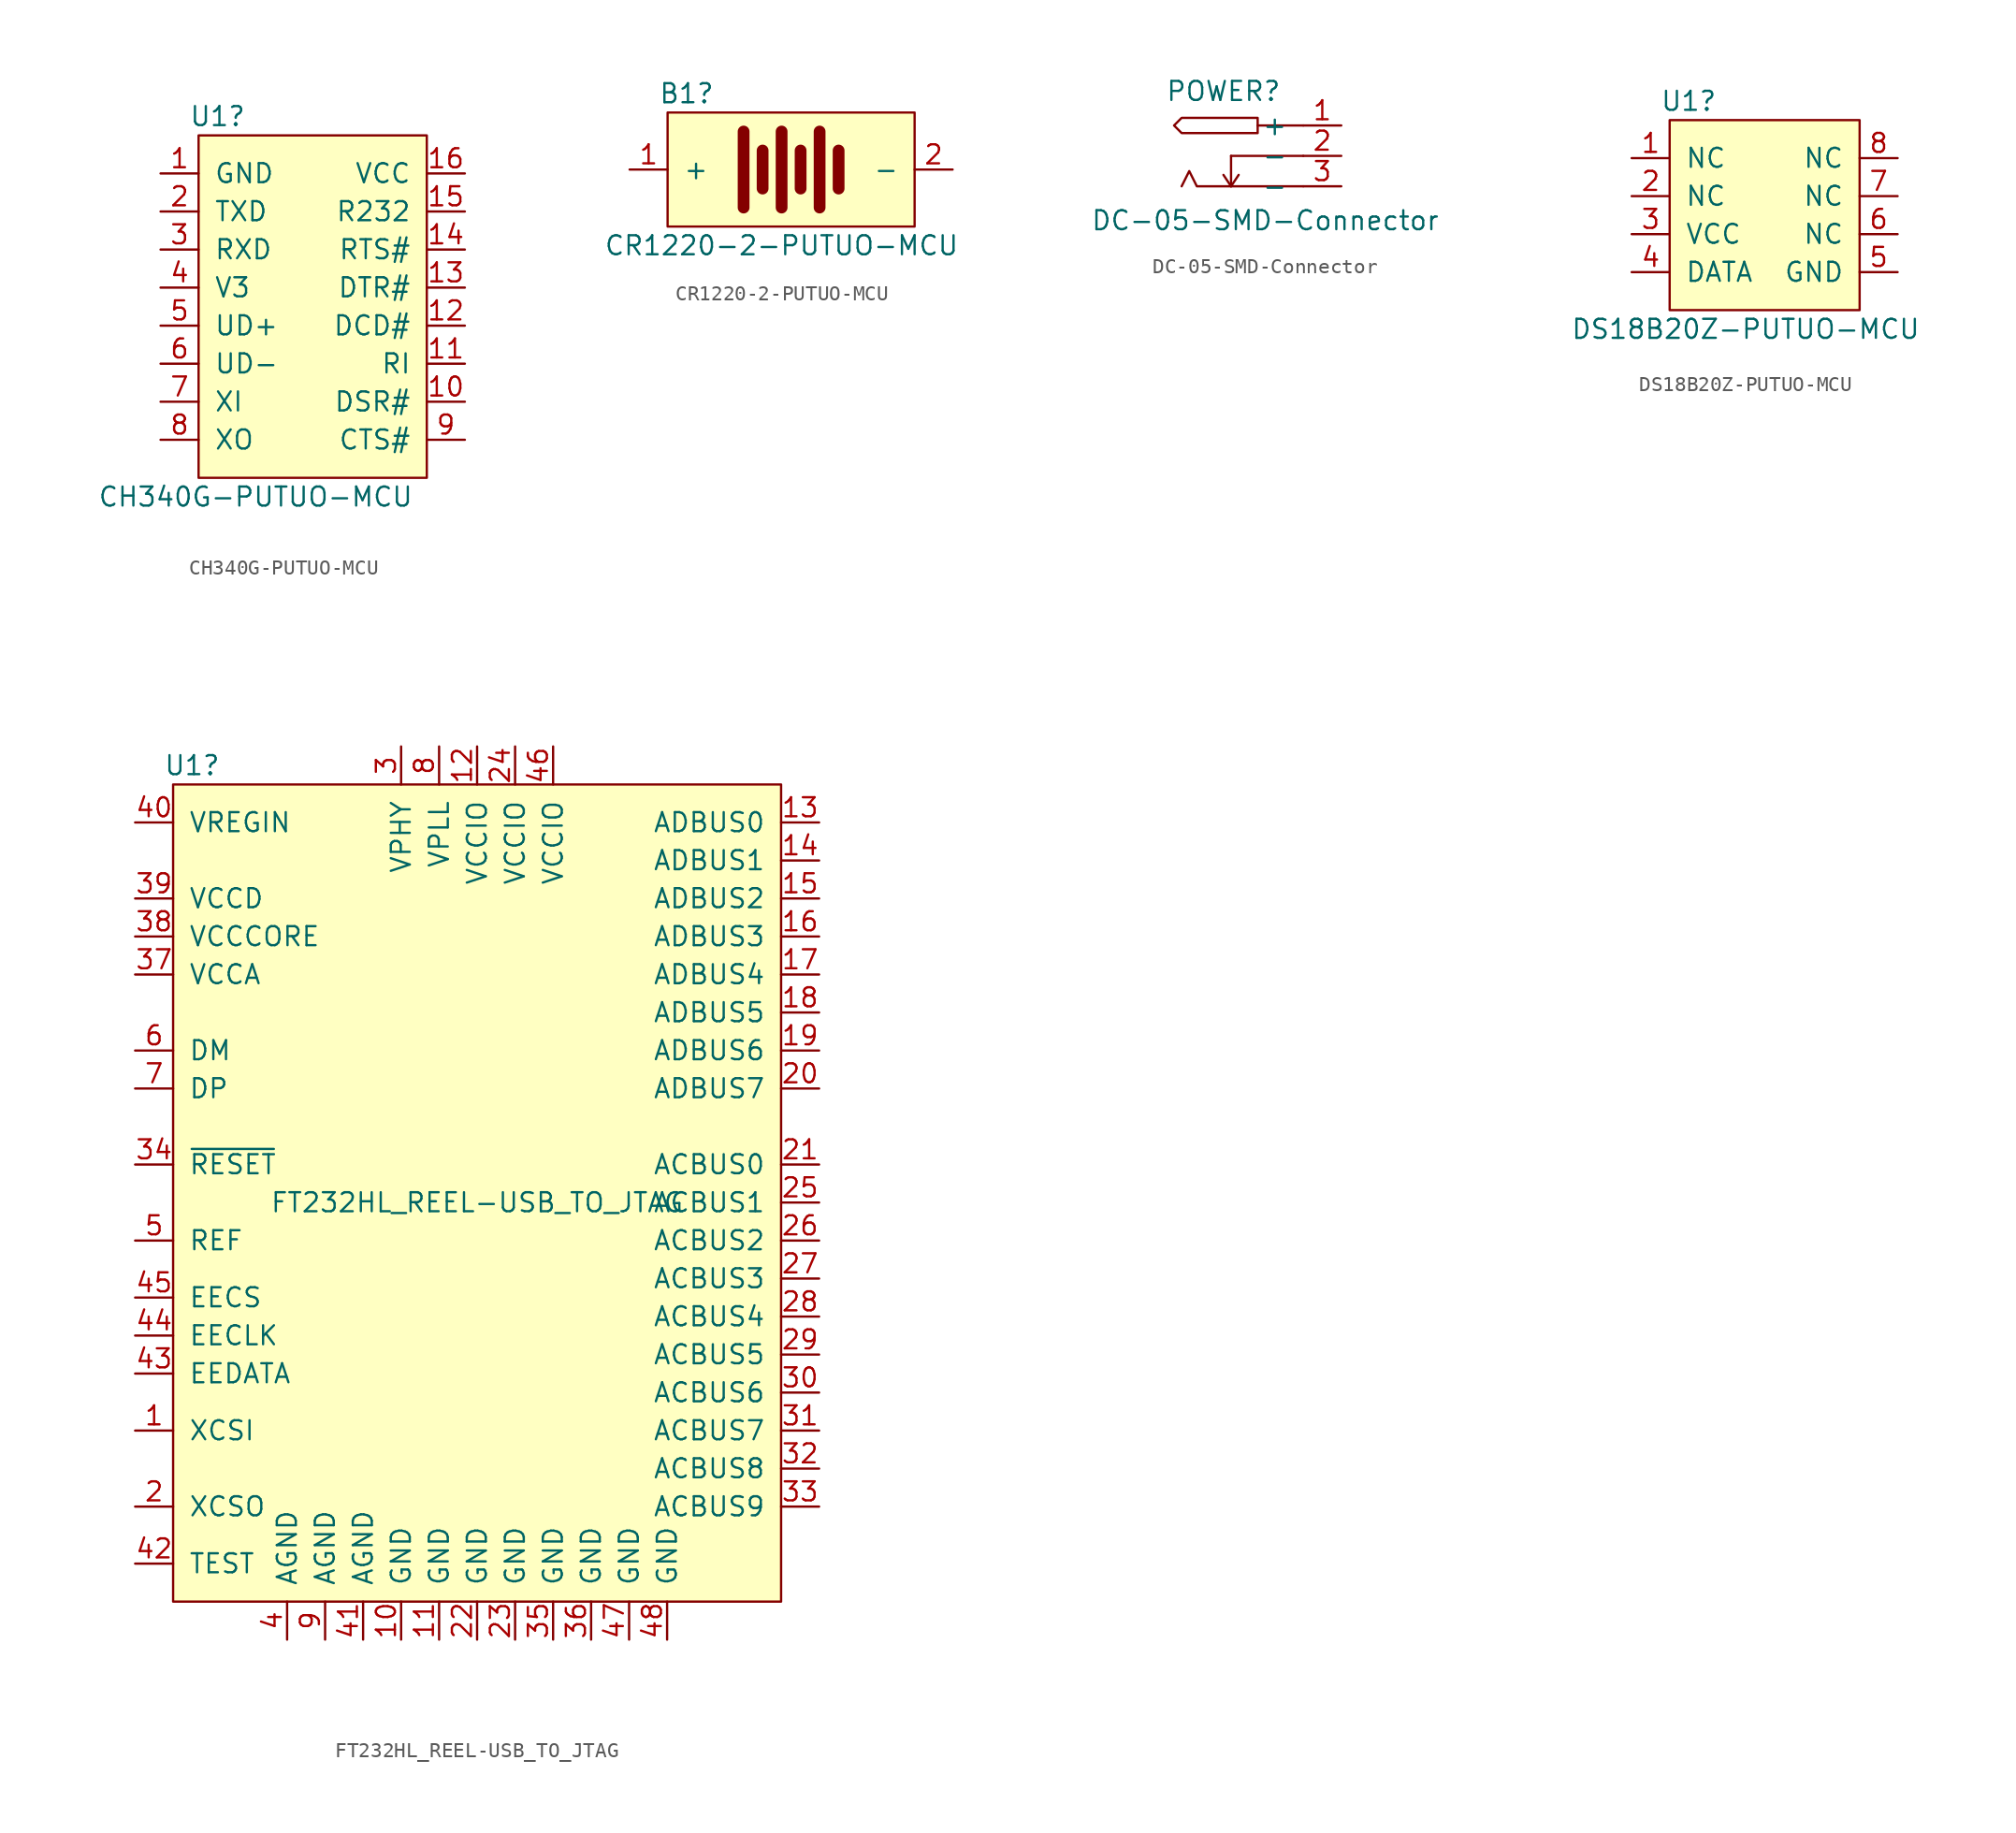
<source format=kicad_sym>
(kicad_symbol_lib
  (version 20211014)
  (generator kicad_symbol_editor)
  (symbol "CH340G-PUTUO-MCU"
    (pin_names
      (offset 1.016))
    (property "Reference" "U1"
      (at -6.35 12.7 0)
      (effects (font (size 1.27 1.27))))
    (property "Value" "CH340G-PUTUO-MCU"
      (at -3.81 -12.7 0)
      (effects (font (size 1.27 1.27))))
    (symbol "CH340G-PUTUO-MCU_0_1"
      (rectangle (start -7.62 11.43) (end 7.62 -11.43) (stroke (width 0) (type default) (color 0 0 0 0)) (fill (type background))))
    (symbol "CH340G-PUTUO-MCU_1_1"
      (pin power_in line (at -10.16 8.89 0) (length 2.54) (name "GND" (effects (font (size 1.27 1.27)))) (number "1" (effects (font (size 1.27 1.27)))))
      (pin power_in line (at 10.16 -6.35 180) (length 2.54) (name "DSR#" (effects (font (size 1.27 1.27)))) (number "10" (effects (font (size 1.27 1.27)))))
      (pin power_in line (at 10.16 -3.81 180) (length 2.54) (name "RI" (effects (font (size 1.27 1.27)))) (number "11" (effects (font (size 1.27 1.27)))))
      (pin power_in line (at 10.16 -1.27 180) (length 2.54) (name "DCD#" (effects (font (size 1.27 1.27)))) (number "12" (effects (font (size 1.27 1.27)))))
      (pin power_in line (at 10.16 1.27 180) (length 2.54) (name "DTR#" (effects (font (size 1.27 1.27)))) (number "13" (effects (font (size 1.27 1.27)))))
      (pin power_in line (at 10.16 3.81 180) (length 2.54) (name "RTS#" (effects (font (size 1.27 1.27)))) (number "14" (effects (font (size 1.27 1.27)))))
      (pin power_in line (at 10.16 6.35 180) (length 2.54) (name "R232" (effects (font (size 1.27 1.27)))) (number "15" (effects (font (size 1.27 1.27)))))
      (pin power_in line (at 10.16 8.89 180) (length 2.54) (name "VCC" (effects (font (size 1.27 1.27)))) (number "16" (effects (font (size 1.27 1.27)))))
      (pin power_in line (at -10.16 6.35 0) (length 2.54) (name "TXD" (effects (font (size 1.27 1.27)))) (number "2" (effects (font (size 1.27 1.27)))))
      (pin power_in line (at -10.16 3.81 0) (length 2.54) (name "RXD" (effects (font (size 1.27 1.27)))) (number "3" (effects (font (size 1.27 1.27)))))
      (pin power_in line (at -10.16 1.27 0) (length 2.54) (name "V3" (effects (font (size 1.27 1.27)))) (number "4" (effects (font (size 1.27 1.27)))))
      (pin power_in line (at -10.16 -1.27 0) (length 2.54) (name "UD+" (effects (font (size 1.27 1.27)))) (number "5" (effects (font (size 1.27 1.27)))))
      (pin power_in line (at -10.16 -3.81 0) (length 2.54) (name "UD-" (effects (font (size 1.27 1.27)))) (number "6" (effects (font (size 1.27 1.27)))))
      (pin power_in line (at -10.16 -6.35 0) (length 2.54) (name "XI" (effects (font (size 1.27 1.27)))) (number "7" (effects (font (size 1.27 1.27)))))
      (pin power_in line (at -10.16 -8.89 0) (length 2.54) (name "XO" (effects (font (size 1.27 1.27)))) (number "8" (effects (font (size 1.27 1.27)))))
      (pin power_in line (at 10.16 -8.89 180) (length 2.54) (name "CTS#" (effects (font (size 1.27 1.27)))) (number "9" (effects (font (size 1.27 1.27)))))))
  (symbol "CR1220-2-PUTUO-MCU"
    (pin_names
      (offset 1.016))
    (property "Reference" "B1"
      (at -6.35 5.08 0)
      (effects (font (size 1.27 1.27))))
    (property "Value" "CR1220-2-PUTUO-MCU"
      (at 0 -5.08 0)
      (effects (font (size 1.27 1.27))))
    (symbol "CR1220-2-PUTUO-MCU_0_1"
      (rectangle (start -7.62 3.81) (end 8.89 -3.81) (stroke (width 0) (type default) (color 0 0 0 0)) (fill (type background)))
      (polyline (pts (xy -2.54 2.54) (xy -2.54 -2.54)) (stroke (width 0.787) (type default) (color 0 0 0 0)) (fill (type none)))
      (polyline (pts (xy -1.27 1.27) (xy -1.27 -1.27)) (stroke (width 0.787) (type default) (color 0 0 0 0)) (fill (type none)))
      (polyline (pts (xy 0 2.54) (xy 0 -2.54)) (stroke (width 0.787) (type default) (color 0 0 0 0)) (fill (type none)))
      (polyline (pts (xy 1.27 1.27) (xy 1.27 -1.27)) (stroke (width 0.787) (type default) (color 0 0 0 0)) (fill (type none)))
      (polyline (pts (xy 2.54 2.54) (xy 2.54 -2.54)) (stroke (width 0.787) (type default) (color 0 0 0 0)) (fill (type none)))
      (polyline (pts (xy 3.81 1.27) (xy 3.81 -1.27)) (stroke (width 0.787) (type default) (color 0 0 0 0)) (fill (type none))))
    (symbol "CR1220-2-PUTUO-MCU_1_1"
      (pin passive line (at -10.16 0 0) (length 2.54) (name "+" (effects (font (size 1.27 1.27)))) (number "1" (effects (font (size 1.27 1.27)))))
      (pin passive line (at 11.43 0 180) (length 2.54) (name "-" (effects (font (size 1.27 1.27)))) (number "2" (effects (font (size 1.27 1.27)))))))
  (symbol "DC-05-SMD-Connector"
    (pin_names
      (offset 1.016))
    (property "Reference" "POWER"
      (at -3.302 4.318 0)
      (effects (font (size 1.27 1.27))))
    (property "Value" "DC-05-SMD-Connector"
      (at -0.508 -4.318 0)
      (effects (font (size 1.27 1.27))))
    (symbol "DC-05-SMD-Connector_0_1"
      (polyline (pts (xy -2.794 -2.032) (xy 2.032 -2.032)) (stroke (width 0) (type default) (color 0 0 0 0)) (fill (type none)))
      (polyline (pts (xy -2.794 0) (xy -2.794 -2.032)) (stroke (width 0) (type default) (color 0 0 0 0)) (fill (type none)))
      (polyline (pts (xy -2.794 0) (xy 2.032 0)) (stroke (width 0) (type default) (color 0 0 0 0)) (fill (type none)))
      (polyline (pts (xy -1.016 2.032) (xy 2.032 2.032)) (stroke (width 0) (type default) (color 0 0 0 0)) (fill (type none)))
      (polyline (pts (xy -3.302 -1.27) (xy -2.794 -2.032) (xy -2.286 -1.27)) (stroke (width 0) (type default) (color 0 0 0 0)) (fill (type none)))
      (polyline (pts (xy -2.794 -2.032) (xy -5.08 -2.032) (xy -5.588 -1.016) (xy -6.096 -2.032)) (stroke (width 0) (type default) (color 0 0 0 0)) (fill (type none)))
      (polyline (pts (xy -6.096 2.54) (xy -6.604 2.032) (xy -6.096 1.524) (xy -1.016 1.524) (xy -1.016 2.54) (xy -6.096 2.54)) (stroke (width 0) (type default) (color 0 0 0 0)) (fill (type none))))
    (symbol "DC-05-SMD-Connector_1_1"
      (pin passive line (at 4.572 2.032 180) (length 2.54) (name "+" (effects (font (size 1.27 1.27)))) (number "1" (effects (font (size 1.27 1.27)))))
      (pin passive line (at 4.572 0 180) (length 2.54) (name "-" (effects (font (size 1.27 1.27)))) (number "2" (effects (font (size 1.27 1.27)))))
      (pin passive line (at 4.572 -2.032 180) (length 2.54) (name "-" (effects (font (size 1.27 1.27)))) (number "3" (effects (font (size 1.27 1.27)))))))
  (symbol "DS18B20Z-PUTUO-MCU"
    (pin_names
      (offset 1.016))
    (property "Reference" "U1"
      (at -5.08 7.62 0)
      (effects (font (size 1.27 1.27))))
    (property "Value" "DS18B20Z-PUTUO-MCU"
      (at -1.27 -7.62 0)
      (effects (font (size 1.27 1.27))))
    (symbol "DS18B20Z-PUTUO-MCU_0_1"
      (rectangle (start -6.35 6.35) (end 6.35 -6.35) (stroke (width 0) (type default) (color 0 0 0 0)) (fill (type background))))
    (symbol "DS18B20Z-PUTUO-MCU_1_1"
      (pin passive line (at -8.89 3.81 0) (length 2.54) (name "NC" (effects (font (size 1.27 1.27)))) (number "1" (effects (font (size 1.27 1.27)))))
      (pin passive line (at -8.89 1.27 0) (length 2.54) (name "NC" (effects (font (size 1.27 1.27)))) (number "2" (effects (font (size 1.27 1.27)))))
      (pin power_in line (at -8.89 -1.27 0) (length 2.54) (name "VCC" (effects (font (size 1.27 1.27)))) (number "3" (effects (font (size 1.27 1.27)))))
      (pin input line (at -8.89 -3.81 0) (length 2.54) (name "DATA" (effects (font (size 1.27 1.27)))) (number "4" (effects (font (size 1.27 1.27)))))
      (pin input line (at 8.89 -3.81 180) (length 2.54) (name "GND" (effects (font (size 1.27 1.27)))) (number "5" (effects (font (size 1.27 1.27)))))
      (pin input line (at 8.89 -1.27 180) (length 2.54) (name "NC" (effects (font (size 1.27 1.27)))) (number "6" (effects (font (size 1.27 1.27)))))
      (pin input line (at 8.89 1.27 180) (length 2.54) (name "NC" (effects (font (size 1.27 1.27)))) (number "7" (effects (font (size 1.27 1.27)))))
      (pin input line (at 8.89 3.81 180) (length 2.54) (name "NC" (effects (font (size 1.27 1.27)))) (number "8" (effects (font (size 1.27 1.27)))))))
  (symbol "FT232HL_REEL-USB_TO_JTAG"
    (pin_names
      (offset 1.016))
    (property "Reference" "U1"
      (at -19.05 29.21 0)
      (effects (font (size 1.27 1.27))))
    (property "Value" "FT232HL_REEL-USB_TO_JTAG"
      (at 0 0 0)
      (effects (font (size 1.27 1.27))))
    (symbol "FT232HL_REEL-USB_TO_JTAG_0_1"
      (rectangle (start -20.32 27.94) (end 20.32 -26.67) (stroke (width 0) (type default) (color 0 0 0 0)) (fill (type background))))
    (symbol "FT232HL_REEL-USB_TO_JTAG_1_1"
      (pin input line (at -22.86 -15.24 0) (length 2.54) (name "XCSI" (effects (font (size 1.27 1.27)))) (number "1" (effects (font (size 1.27 1.27)))))
      (pin power_in line (at -5.08 -29.21 90) (length 2.54) (name "GND" (effects (font (size 1.27 1.27)))) (number "10" (effects (font (size 1.27 1.27)))))
      (pin power_in line (at -2.54 -29.21 90) (length 2.54) (name "GND" (effects (font (size 1.27 1.27)))) (number "11" (effects (font (size 1.27 1.27)))))
      (pin power_in line (at 0 30.48 270) (length 2.54) (name "VCCIO" (effects (font (size 1.27 1.27)))) (number "12" (effects (font (size 1.27 1.27)))))
      (pin bidirectional line (at 22.86 25.4 180) (length 2.54) (name "ADBUS0" (effects (font (size 1.27 1.27)))) (number "13" (effects (font (size 1.27 1.27)))))
      (pin bidirectional line (at 22.86 22.86 180) (length 2.54) (name "ADBUS1" (effects (font (size 1.27 1.27)))) (number "14" (effects (font (size 1.27 1.27)))))
      (pin bidirectional line (at 22.86 20.32 180) (length 2.54) (name "ADBUS2" (effects (font (size 1.27 1.27)))) (number "15" (effects (font (size 1.27 1.27)))))
      (pin bidirectional line (at 22.86 17.78 180) (length 2.54) (name "ADBUS3" (effects (font (size 1.27 1.27)))) (number "16" (effects (font (size 1.27 1.27)))))
      (pin bidirectional line (at 22.86 15.24 180) (length 2.54) (name "ADBUS4" (effects (font (size 1.27 1.27)))) (number "17" (effects (font (size 1.27 1.27)))))
      (pin bidirectional line (at 22.86 12.7 180) (length 2.54) (name "ADBUS5" (effects (font (size 1.27 1.27)))) (number "18" (effects (font (size 1.27 1.27)))))
      (pin bidirectional line (at 22.86 10.16 180) (length 2.54) (name "ADBUS6" (effects (font (size 1.27 1.27)))) (number "19" (effects (font (size 1.27 1.27)))))
      (pin output line (at -22.86 -20.32 0) (length 2.54) (name "XCSO" (effects (font (size 1.27 1.27)))) (number "2" (effects (font (size 1.27 1.27)))))
      (pin bidirectional line (at 22.86 7.62 180) (length 2.54) (name "ADBUS7" (effects (font (size 1.27 1.27)))) (number "20" (effects (font (size 1.27 1.27)))))
      (pin bidirectional line (at 22.86 2.54 180) (length 2.54) (name "ACBUS0" (effects (font (size 1.27 1.27)))) (number "21" (effects (font (size 1.27 1.27)))))
      (pin power_in line (at 0 -29.21 90) (length 2.54) (name "GND" (effects (font (size 1.27 1.27)))) (number "22" (effects (font (size 1.27 1.27)))))
      (pin power_in line (at 2.54 -29.21 90) (length 2.54) (name "GND" (effects (font (size 1.27 1.27)))) (number "23" (effects (font (size 1.27 1.27)))))
      (pin power_in line (at 2.54 30.48 270) (length 2.54) (name "VCCIO" (effects (font (size 1.27 1.27)))) (number "24" (effects (font (size 1.27 1.27)))))
      (pin bidirectional line (at 22.86 0 180) (length 2.54) (name "ACBUS1" (effects (font (size 1.27 1.27)))) (number "25" (effects (font (size 1.27 1.27)))))
      (pin bidirectional line (at 22.86 -2.54 180) (length 2.54) (name "ACBUS2" (effects (font (size 1.27 1.27)))) (number "26" (effects (font (size 1.27 1.27)))))
      (pin bidirectional line (at 22.86 -5.08 180) (length 2.54) (name "ACBUS3" (effects (font (size 1.27 1.27)))) (number "27" (effects (font (size 1.27 1.27)))))
      (pin bidirectional line (at 22.86 -7.62 180) (length 2.54) (name "ACBUS4" (effects (font (size 1.27 1.27)))) (number "28" (effects (font (size 1.27 1.27)))))
      (pin bidirectional line (at 22.86 -10.16 180) (length 2.54) (name "ACBUS5" (effects (font (size 1.27 1.27)))) (number "29" (effects (font (size 1.27 1.27)))))
      (pin power_in line (at -5.08 30.48 270) (length 2.54) (name "VPHY" (effects (font (size 1.27 1.27)))) (number "3" (effects (font (size 1.27 1.27)))))
      (pin bidirectional line (at 22.86 -12.7 180) (length 2.54) (name "ACBUS6" (effects (font (size 1.27 1.27)))) (number "30" (effects (font (size 1.27 1.27)))))
      (pin bidirectional line (at 22.86 -15.24 180) (length 2.54) (name "ACBUS7" (effects (font (size 1.27 1.27)))) (number "31" (effects (font (size 1.27 1.27)))))
      (pin bidirectional line (at 22.86 -17.78 180) (length 2.54) (name "ACBUS8" (effects (font (size 1.27 1.27)))) (number "32" (effects (font (size 1.27 1.27)))))
      (pin bidirectional line (at 22.86 -20.32 180) (length 2.54) (name "ACBUS9" (effects (font (size 1.27 1.27)))) (number "33" (effects (font (size 1.27 1.27)))))
      (pin input line (at -22.86 2.54 0) (length 2.54) (name "~{RESET}" (effects (font (size 1.27 1.27)))) (number "34" (effects (font (size 1.27 1.27)))))
      (pin power_in line (at 5.08 -29.21 90) (length 2.54) (name "GND" (effects (font (size 1.27 1.27)))) (number "35" (effects (font (size 1.27 1.27)))))
      (pin power_in line (at 7.62 -29.21 90) (length 2.54) (name "GND" (effects (font (size 1.27 1.27)))) (number "36" (effects (font (size 1.27 1.27)))))
      (pin power_out line (at -22.86 15.24 0) (length 2.54) (name "VCCA" (effects (font (size 1.27 1.27)))) (number "37" (effects (font (size 1.27 1.27)))))
      (pin power_out line (at -22.86 17.78 0) (length 2.54) (name "VCCCORE" (effects (font (size 1.27 1.27)))) (number "38" (effects (font (size 1.27 1.27)))))
      (pin power_in line (at -22.86 20.32 0) (length 2.54) (name "VCCD" (effects (font (size 1.27 1.27)))) (number "39" (effects (font (size 1.27 1.27)))))
      (pin power_in line (at -12.7 -29.21 90) (length 2.54) (name "AGND" (effects (font (size 1.27 1.27)))) (number "4" (effects (font (size 1.27 1.27)))))
      (pin power_in line (at -22.86 25.4 0) (length 2.54) (name "VREGIN" (effects (font (size 1.27 1.27)))) (number "40" (effects (font (size 1.27 1.27)))))
      (pin power_in line (at -7.62 -29.21 90) (length 2.54) (name "AGND" (effects (font (size 1.27 1.27)))) (number "41" (effects (font (size 1.27 1.27)))))
      (pin input line (at -22.86 -24.13 0) (length 2.54) (name "TEST" (effects (font (size 1.27 1.27)))) (number "42" (effects (font (size 1.27 1.27)))))
      (pin bidirectional line (at -22.86 -11.43 0) (length 2.54) (name "EEDATA" (effects (font (size 1.27 1.27)))) (number "43" (effects (font (size 1.27 1.27)))))
      (pin output line (at -22.86 -8.89 0) (length 2.54) (name "EECLK" (effects (font (size 1.27 1.27)))) (number "44" (effects (font (size 1.27 1.27)))))
      (pin bidirectional line (at -22.86 -6.35 0) (length 2.54) (name "EECS" (effects (font (size 1.27 1.27)))) (number "45" (effects (font (size 1.27 1.27)))))
      (pin power_in line (at 5.08 30.48 270) (length 2.54) (name "VCCIO" (effects (font (size 1.27 1.27)))) (number "46" (effects (font (size 1.27 1.27)))))
      (pin power_in line (at 10.16 -29.21 90) (length 2.54) (name "GND" (effects (font (size 1.27 1.27)))) (number "47" (effects (font (size 1.27 1.27)))))
      (pin power_in line (at 12.7 -29.21 90) (length 2.54) (name "GND" (effects (font (size 1.27 1.27)))) (number "48" (effects (font (size 1.27 1.27)))))
      (pin input line (at -22.86 -2.54 0) (length 2.54) (name "REF" (effects (font (size 1.27 1.27)))) (number "5" (effects (font (size 1.27 1.27)))))
      (pin input line (at -22.86 10.16 0) (length 2.54) (name "DM" (effects (font (size 1.27 1.27)))) (number "6" (effects (font (size 1.27 1.27)))))
      (pin input line (at -22.86 7.62 0) (length 2.54) (name "DP" (effects (font (size 1.27 1.27)))) (number "7" (effects (font (size 1.27 1.27)))))
      (pin power_in line (at -2.54 30.48 270) (length 2.54) (name "VPLL" (effects (font (size 1.27 1.27)))) (number "8" (effects (font (size 1.27 1.27)))))
      (pin power_in line (at -10.16 -29.21 90) (length 2.54) (name "AGND" (effects (font (size 1.27 1.27)))) (number "9" (effects (font (size 1.27 1.27))))))))
</source>
